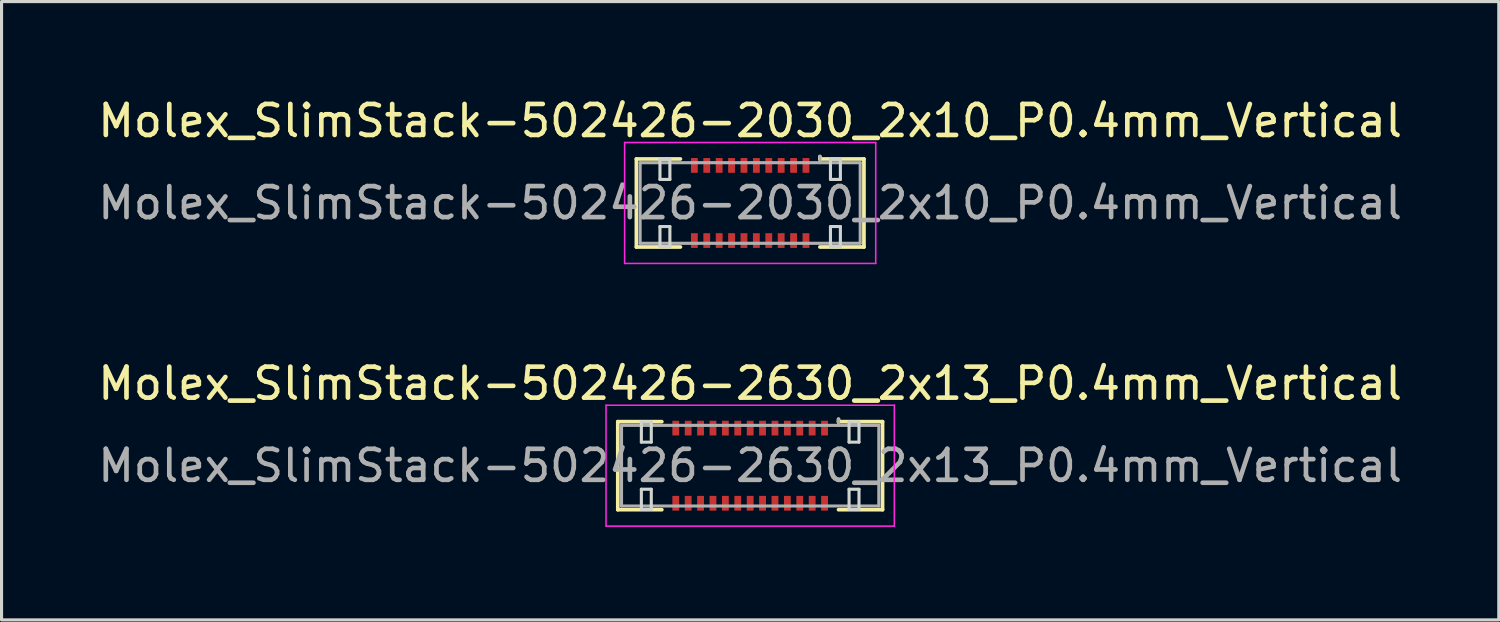
<source format=kicad_pcb>
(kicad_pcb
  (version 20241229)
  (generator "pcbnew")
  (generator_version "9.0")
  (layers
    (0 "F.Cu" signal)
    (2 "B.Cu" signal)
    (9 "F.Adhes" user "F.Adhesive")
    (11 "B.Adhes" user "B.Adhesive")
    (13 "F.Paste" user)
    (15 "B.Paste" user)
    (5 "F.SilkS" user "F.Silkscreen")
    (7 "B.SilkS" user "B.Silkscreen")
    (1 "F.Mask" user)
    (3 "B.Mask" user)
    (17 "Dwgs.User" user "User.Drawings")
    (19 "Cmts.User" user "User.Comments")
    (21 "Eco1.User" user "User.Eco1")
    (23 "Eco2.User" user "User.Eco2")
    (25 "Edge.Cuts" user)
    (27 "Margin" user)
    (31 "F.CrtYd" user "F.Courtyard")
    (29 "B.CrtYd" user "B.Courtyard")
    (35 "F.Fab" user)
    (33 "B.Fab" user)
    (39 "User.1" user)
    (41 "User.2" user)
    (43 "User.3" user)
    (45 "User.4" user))
  (footprint "Molex_SlimStack-502426-2630_2x13_P0.4mm_Vertical"
    (layer "F.Cu")
    (at 21.149 11.972)
    (property "Reference" "Molex_SlimStack-502426-2630_2x13_P0.4mm_Vertical" (at 0 -2.65 0) (layer "F.SilkS") (effects (font (size 1 1) (thickness 0.15))))
    (attr smd)
    (fp_line (start -4.27 -1.42) (end -2.85 -1.42) (stroke (width 0.12) (type solid)) (layer "F.SilkS"))
    (fp_line (start -4.27 1.42) (end -4.27 -1.42) (stroke (width 0.12) (type solid)) (layer "F.SilkS"))
    (fp_line (start -2.85 1.42) (end -4.27 1.42) (stroke (width 0.12) (type solid)) (layer "F.SilkS"))
    (fp_line (start 2.85 -1.42) (end 2.85 -1.5) (stroke (width 0.12) (type solid)) (layer "F.SilkS"))
    (fp_line (start 2.85 1.42) (end 4.27 1.42) (stroke (width 0.12) (type solid)) (layer "F.SilkS"))
    (fp_line (start 4.27 -1.42) (end 2.85 -1.42) (stroke (width 0.12) (type solid)) (layer "F.SilkS"))
    (fp_line (start 4.27 1.42) (end 4.27 -1.42) (stroke (width 0.12) (type solid)) (layer "F.SilkS"))
    (fp_line (start -3.51 -1.41) (end -3.51 -0.76) (stroke (width 0.1) (type solid)) (layer "Edge.Cuts"))
    (fp_line (start -3.51 -0.76) (end -3.19 -0.76) (stroke (width 0.1) (type solid)) (layer "Edge.Cuts"))
    (fp_line (start -3.51 0.76) (end -3.51 1.41) (stroke (width 0.1) (type solid)) (layer "Edge.Cuts"))
    (fp_line (start -3.51 1.41) (end -3.19 1.41) (stroke (width 0.1) (type solid)) (layer "Edge.Cuts"))
    (fp_line (start -3.19 -1.41) (end -3.51 -1.41) (stroke (width 0.1) (type solid)) (layer "Edge.Cuts"))
    (fp_line (start -3.19 -0.76) (end -3.19 -1.41) (stroke (width 0.1) (type solid)) (layer "Edge.Cuts"))
    (fp_line (start -3.19 0.76) (end -3.51 0.76) (stroke (width 0.1) (type solid)) (layer "Edge.Cuts"))
    (fp_line (start -3.19 1.41) (end -3.19 0.76) (stroke (width 0.1) (type solid)) (layer "Edge.Cuts"))
    (fp_line (start 3.19 -1.41) (end 3.19 -0.76) (stroke (width 0.1) (type solid)) (layer "Edge.Cuts"))
    (fp_line (start 3.19 -0.76) (end 3.51 -0.76) (stroke (width 0.1) (type solid)) (layer "Edge.Cuts"))
    (fp_line (start 3.19 0.76) (end 3.19 1.41) (stroke (width 0.1) (type solid)) (layer "Edge.Cuts"))
    (fp_line (start 3.19 1.41) (end 3.51 1.41) (stroke (width 0.1) (type solid)) (layer "Edge.Cuts"))
    (fp_line (start 3.51 -1.41) (end 3.19 -1.41) (stroke (width 0.1) (type solid)) (layer "Edge.Cuts"))
    (fp_line (start 3.51 -0.76) (end 3.51 -1.41) (stroke (width 0.1) (type solid)) (layer "Edge.Cuts"))
    (fp_line (start 3.51 0.76) (end 3.19 0.76) (stroke (width 0.1) (type solid)) (layer "Edge.Cuts"))
    (fp_line (start 3.51 1.41) (end 3.51 0.76) (stroke (width 0.1) (type solid)) (layer "Edge.Cuts"))
    (fp_line (start -4.65 -1.95) (end -4.65 1.95) (stroke (width 0.05) (type solid)) (layer "F.CrtYd"))
    (fp_line (start -4.65 1.95) (end 4.65 1.95) (stroke (width 0.05) (type solid)) (layer "F.CrtYd"))
    (fp_line (start 4.65 -1.95) (end -4.65 -1.95) (stroke (width 0.05) (type solid)) (layer "F.CrtYd"))
    (fp_line (start 4.65 1.95) (end 4.65 -1.95) (stroke (width 0.05) (type solid)) (layer "F.CrtYd"))
    (fp_line (start -4.15 -1.3) (end -4.15 1.3) (stroke (width 0.1) (type solid)) (layer "F.Fab"))
    (fp_line (start -4.15 1.3) (end 4.15 1.3) (stroke (width 0.1) (type solid)) (layer "F.Fab"))
    (fp_line (start 2.85 -1.3) (end 2.85 -1.5) (stroke (width 0.1) (type solid)) (layer "F.Fab"))
    (fp_line (start 4.15 -1.3) (end -4.15 -1.3) (stroke (width 0.1) (type solid)) (layer "F.Fab"))
    (fp_line (start 4.15 1.3) (end 4.15 -1.3) (stroke (width 0.1) (type solid)) (layer "F.Fab"))
    (fp_text user "${REFERENCE}" (at 0 0 0) (layer "F.Fab") (effects (font (size 1 1) (thickness 0.15))))
    (pad "1" smd rect (at 2.4 -1.212) (size 0.22 0.475) (layers "F.Cu" "F.Mask" "F.Paste"))
    (pad "2" smd rect (at 2.4 1.212) (size 0.22 0.475) (layers "F.Cu" "F.Mask" "F.Paste"))
    (pad "3" smd rect (at 2 -1.212) (size 0.22 0.475) (layers "F.Cu" "F.Mask" "F.Paste"))
    (pad "4" smd rect (at 2 1.212) (size 0.22 0.475) (layers "F.Cu" "F.Mask" "F.Paste"))
    (pad "5" smd rect (at 1.6 -1.212) (size 0.22 0.475) (layers "F.Cu" "F.Mask" "F.Paste"))
    (pad "6" smd rect (at 1.6 1.212) (size 0.22 0.475) (layers "F.Cu" "F.Mask" "F.Paste"))
    (pad "7" smd rect (at 1.2 -1.212) (size 0.22 0.475) (layers "F.Cu" "F.Mask" "F.Paste"))
    (pad "8" smd rect (at 1.2 1.212) (size 0.22 0.475) (layers "F.Cu" "F.Mask" "F.Paste"))
    (pad "9" smd rect (at 0.8 -1.212) (size 0.22 0.475) (layers "F.Cu" "F.Mask" "F.Paste"))
    (pad "10" smd rect (at 0.8 1.212) (size 0.22 0.475) (layers "F.Cu" "F.Mask" "F.Paste"))
    (pad "11" smd rect (at 0.4 -1.212) (size 0.22 0.475) (layers "F.Cu" "F.Mask" "F.Paste"))
    (pad "12" smd rect (at 0.4 1.212) (size 0.22 0.475) (layers "F.Cu" "F.Mask" "F.Paste"))
    (pad "13" smd rect (at 0 -1.212) (size 0.22 0.475) (layers "F.Cu" "F.Mask" "F.Paste"))
    (pad "14" smd rect (at 0 1.212) (size 0.22 0.475) (layers "F.Cu" "F.Mask" "F.Paste"))
    (pad "15" smd rect (at -0.4 -1.212) (size 0.22 0.475) (layers "F.Cu" "F.Mask" "F.Paste"))
    (pad "16" smd rect (at -0.4 1.212) (size 0.22 0.475) (layers "F.Cu" "F.Mask" "F.Paste"))
    (pad "17" smd rect (at -0.8 -1.212) (size 0.22 0.475) (layers "F.Cu" "F.Mask" "F.Paste"))
    (pad "18" smd rect (at -0.8 1.212) (size 0.22 0.475) (layers "F.Cu" "F.Mask" "F.Paste"))
    (pad "19" smd rect (at -1.2 -1.212) (size 0.22 0.475) (layers "F.Cu" "F.Mask" "F.Paste"))
    (pad "20" smd rect (at -1.2 1.212) (size 0.22 0.475) (layers "F.Cu" "F.Mask" "F.Paste"))
    (pad "21" smd rect (at -1.6 -1.212) (size 0.22 0.475) (layers "F.Cu" "F.Mask" "F.Paste"))
    (pad "22" smd rect (at -1.6 1.212) (size 0.22 0.475) (layers "F.Cu" "F.Mask" "F.Paste"))
    (pad "23" smd rect (at -2 -1.212) (size 0.22 0.475) (layers "F.Cu" "F.Mask" "F.Paste"))
    (pad "24" smd rect (at -2 1.212) (size 0.22 0.475) (layers "F.Cu" "F.Mask" "F.Paste"))
    (pad "25" smd rect (at -2.4 -1.212) (size 0.22 0.475) (layers "F.Cu" "F.Mask" "F.Paste"))
    (pad "26" smd rect (at -2.4 1.212) (size 0.22 0.475) (layers "F.Cu" "F.Mask" "F.Paste")))
  (footprint "Molex_SlimStack-502426-2030_2x10_P0.4mm_Vertical"
    (layer "F.Cu")
    (at 21.149 3.498)
    (property "Reference" "Molex_SlimStack-502426-2030_2x10_P0.4mm_Vertical" (at 0 -2.65 0) (layer "F.SilkS") (effects (font (size 1 1) (thickness 0.15))))
    (attr smd)
    (fp_line (start -3.67 -1.42) (end -2.25 -1.42) (stroke (width 0.12) (type solid)) (layer "F.SilkS"))
    (fp_line (start -3.67 1.42) (end -3.67 -1.42) (stroke (width 0.12) (type solid)) (layer "F.SilkS"))
    (fp_line (start -2.25 1.42) (end -3.67 1.42) (stroke (width 0.12) (type solid)) (layer "F.SilkS"))
    (fp_line (start 2.25 -1.42) (end 2.25 -1.5) (stroke (width 0.12) (type solid)) (layer "F.SilkS"))
    (fp_line (start 2.25 1.42) (end 3.67 1.42) (stroke (width 0.12) (type solid)) (layer "F.SilkS"))
    (fp_line (start 3.67 -1.42) (end 2.25 -1.42) (stroke (width 0.12) (type solid)) (layer "F.SilkS"))
    (fp_line (start 3.67 1.42) (end 3.67 -1.42) (stroke (width 0.12) (type solid)) (layer "F.SilkS"))
    (fp_line (start -2.91 -1.41) (end -2.91 -0.76) (stroke (width 0.1) (type solid)) (layer "Edge.Cuts"))
    (fp_line (start -2.91 -0.76) (end -2.59 -0.76) (stroke (width 0.1) (type solid)) (layer "Edge.Cuts"))
    (fp_line (start -2.91 0.76) (end -2.91 1.41) (stroke (width 0.1) (type solid)) (layer "Edge.Cuts"))
    (fp_line (start -2.91 1.41) (end -2.59 1.41) (stroke (width 0.1) (type solid)) (layer "Edge.Cuts"))
    (fp_line (start -2.59 -1.41) (end -2.91 -1.41) (stroke (width 0.1) (type solid)) (layer "Edge.Cuts"))
    (fp_line (start -2.59 -0.76) (end -2.59 -1.41) (stroke (width 0.1) (type solid)) (layer "Edge.Cuts"))
    (fp_line (start -2.59 0.76) (end -2.91 0.76) (stroke (width 0.1) (type solid)) (layer "Edge.Cuts"))
    (fp_line (start -2.59 1.41) (end -2.59 0.76) (stroke (width 0.1) (type solid)) (layer "Edge.Cuts"))
    (fp_line (start 2.59 -1.41) (end 2.59 -0.76) (stroke (width 0.1) (type solid)) (layer "Edge.Cuts"))
    (fp_line (start 2.59 -0.76) (end 2.91 -0.76) (stroke (width 0.1) (type solid)) (layer "Edge.Cuts"))
    (fp_line (start 2.59 0.76) (end 2.59 1.41) (stroke (width 0.1) (type solid)) (layer "Edge.Cuts"))
    (fp_line (start 2.59 1.41) (end 2.91 1.41) (stroke (width 0.1) (type solid)) (layer "Edge.Cuts"))
    (fp_line (start 2.91 -1.41) (end 2.59 -1.41) (stroke (width 0.1) (type solid)) (layer "Edge.Cuts"))
    (fp_line (start 2.91 -0.76) (end 2.91 -1.41) (stroke (width 0.1) (type solid)) (layer "Edge.Cuts"))
    (fp_line (start 2.91 0.76) (end 2.59 0.76) (stroke (width 0.1) (type solid)) (layer "Edge.Cuts"))
    (fp_line (start 2.91 1.41) (end 2.91 0.76) (stroke (width 0.1) (type solid)) (layer "Edge.Cuts"))
    (fp_line (start -4.05 -1.95) (end -4.05 1.95) (stroke (width 0.05) (type solid)) (layer "F.CrtYd"))
    (fp_line (start -4.05 1.95) (end 4.05 1.95) (stroke (width 0.05) (type solid)) (layer "F.CrtYd"))
    (fp_line (start 4.05 -1.95) (end -4.05 -1.95) (stroke (width 0.05) (type solid)) (layer "F.CrtYd"))
    (fp_line (start 4.05 1.95) (end 4.05 -1.95) (stroke (width 0.05) (type solid)) (layer "F.CrtYd"))
    (fp_line (start -3.55 -1.3) (end -3.55 1.3) (stroke (width 0.1) (type solid)) (layer "F.Fab"))
    (fp_line (start -3.55 1.3) (end 3.55 1.3) (stroke (width 0.1) (type solid)) (layer "F.Fab"))
    (fp_line (start 2.25 -1.3) (end 2.25 -1.5) (stroke (width 0.1) (type solid)) (layer "F.Fab"))
    (fp_line (start 3.55 -1.3) (end -3.55 -1.3) (stroke (width 0.1) (type solid)) (layer "F.Fab"))
    (fp_line (start 3.55 1.3) (end 3.55 -1.3) (stroke (width 0.1) (type solid)) (layer "F.Fab"))
    (fp_text user "${REFERENCE}" (at 0 0 0) (layer "F.Fab") (effects (font (size 1 1) (thickness 0.15))))
    (pad "1" smd rect (at 1.8 -1.212) (size 0.22 0.475) (layers "F.Cu" "F.Mask" "F.Paste"))
    (pad "2" smd rect (at 1.8 1.212) (size 0.22 0.475) (layers "F.Cu" "F.Mask" "F.Paste"))
    (pad "3" smd rect (at 1.4 -1.212) (size 0.22 0.475) (layers "F.Cu" "F.Mask" "F.Paste"))
    (pad "4" smd rect (at 1.4 1.212) (size 0.22 0.475) (layers "F.Cu" "F.Mask" "F.Paste"))
    (pad "5" smd rect (at 1 -1.212) (size 0.22 0.475) (layers "F.Cu" "F.Mask" "F.Paste"))
    (pad "6" smd rect (at 1 1.212) (size 0.22 0.475) (layers "F.Cu" "F.Mask" "F.Paste"))
    (pad "7" smd rect (at 0.6 -1.212) (size 0.22 0.475) (layers "F.Cu" "F.Mask" "F.Paste"))
    (pad "8" smd rect (at 0.6 1.212) (size 0.22 0.475) (layers "F.Cu" "F.Mask" "F.Paste"))
    (pad "9" smd rect (at 0.2 -1.212) (size 0.22 0.475) (layers "F.Cu" "F.Mask" "F.Paste"))
    (pad "10" smd rect (at 0.2 1.212) (size 0.22 0.475) (layers "F.Cu" "F.Mask" "F.Paste"))
    (pad "11" smd rect (at -0.2 -1.212) (size 0.22 0.475) (layers "F.Cu" "F.Mask" "F.Paste"))
    (pad "12" smd rect (at -0.2 1.212) (size 0.22 0.475) (layers "F.Cu" "F.Mask" "F.Paste"))
    (pad "13" smd rect (at -0.6 -1.212) (size 0.22 0.475) (layers "F.Cu" "F.Mask" "F.Paste"))
    (pad "14" smd rect (at -0.6 1.212) (size 0.22 0.475) (layers "F.Cu" "F.Mask" "F.Paste"))
    (pad "15" smd rect (at -1 -1.212) (size 0.22 0.475) (layers "F.Cu" "F.Mask" "F.Paste"))
    (pad "16" smd rect (at -1 1.212) (size 0.22 0.475) (layers "F.Cu" "F.Mask" "F.Paste"))
    (pad "17" smd rect (at -1.4 -1.212) (size 0.22 0.475) (layers "F.Cu" "F.Mask" "F.Paste"))
    (pad "18" smd rect (at -1.4 1.212) (size 0.22 0.475) (layers "F.Cu" "F.Mask" "F.Paste"))
    (pad "19" smd rect (at -1.8 -1.212) (size 0.22 0.475) (layers "F.Cu" "F.Mask" "F.Paste"))
    (pad "20" smd rect (at -1.8 1.212) (size 0.22 0.475) (layers "F.Cu" "F.Mask" "F.Paste")))
  (gr_rect
    (start -3 -3)
    (end 45.298 16.947)
    (stroke (width 0.1) (type default))
    (fill no)
    (layer "Edge.Cuts")))
</source>
